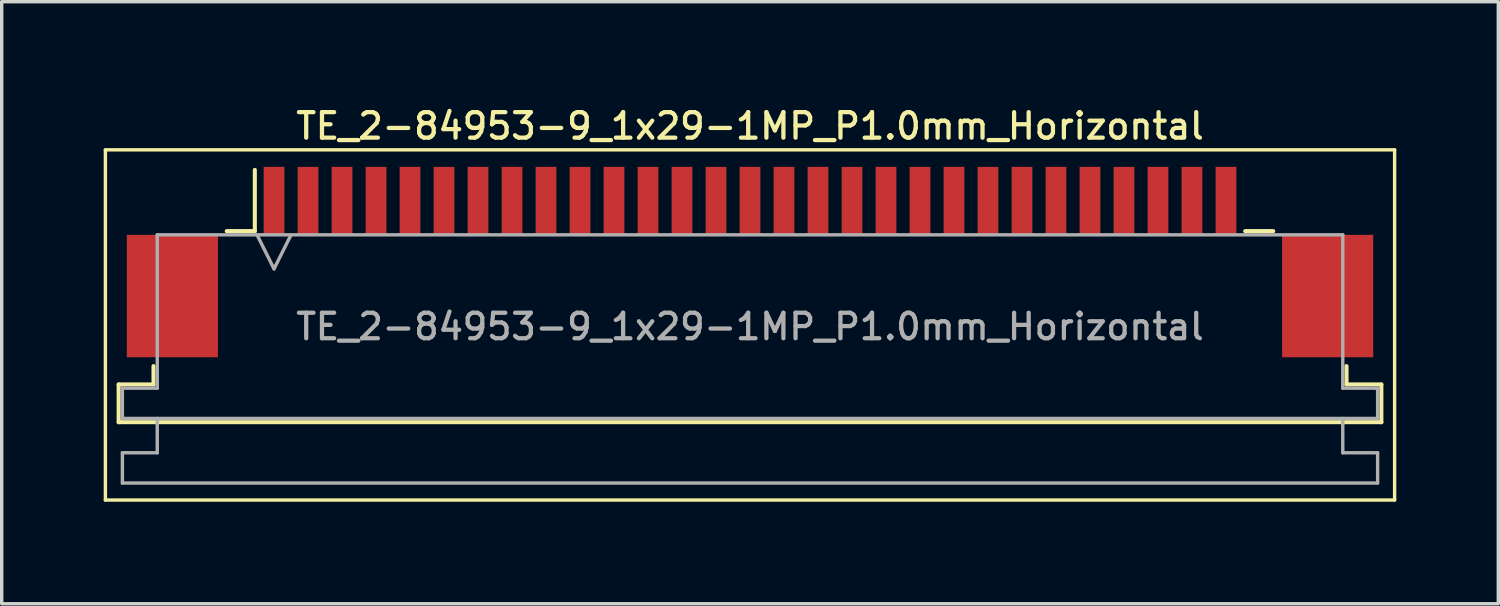
<source format=kicad_pcb>
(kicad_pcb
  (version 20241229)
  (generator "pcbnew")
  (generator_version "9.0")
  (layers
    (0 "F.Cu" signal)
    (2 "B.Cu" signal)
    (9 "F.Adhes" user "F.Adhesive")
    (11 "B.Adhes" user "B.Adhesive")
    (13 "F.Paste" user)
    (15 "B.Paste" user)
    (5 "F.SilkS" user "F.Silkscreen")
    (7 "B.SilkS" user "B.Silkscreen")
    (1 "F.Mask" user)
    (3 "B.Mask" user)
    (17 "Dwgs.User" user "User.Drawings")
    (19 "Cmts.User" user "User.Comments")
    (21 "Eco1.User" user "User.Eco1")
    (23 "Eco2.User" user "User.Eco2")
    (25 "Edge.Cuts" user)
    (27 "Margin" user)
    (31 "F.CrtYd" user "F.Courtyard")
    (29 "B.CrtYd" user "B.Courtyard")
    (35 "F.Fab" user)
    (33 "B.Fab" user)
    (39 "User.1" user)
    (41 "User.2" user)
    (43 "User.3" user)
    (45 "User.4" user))
  (footprint "TE_2-84953-9_1x29-1MP_P1.0mm_Horizontal"
    (layer "F.Cu")
    (at 19.01 4.658)
    (property "Reference" "TE_2-84953-9_1x29-1MP_P1.0mm_Horizontal" (at 0 -4 0) (layer "F.SilkS") (effects (font (size 0.75 0.75) (thickness 0.125))))
    (attr smd)
    (fp_line (start -18.96 -3.3) (end -18.96 7) (stroke (width 0.1) (type solid)) (layer "F.SilkS"))
    (fp_line (start -18.96 7) (end 18.96 7) (stroke (width 0.1) (type solid)) (layer "F.SilkS"))
    (fp_line (start -18.57 3.6) (end -17.545 3.6) (stroke (width 0.12) (type solid)) (layer "F.SilkS"))
    (fp_line (start -18.57 4.71) (end -18.57 3.6) (stroke (width 0.12) (type solid)) (layer "F.SilkS"))
    (fp_line (start -17.545 3.6) (end -17.545 3.06) (stroke (width 0.12) (type solid)) (layer "F.SilkS"))
    (fp_line (start -15.39 -0.91) (end -14.565 -0.91) (stroke (width 0.12) (type solid)) (layer "F.SilkS"))
    (fp_line (start -14.565 -0.91) (end -14.565 -2.71) (stroke (width 0.12) (type solid)) (layer "F.SilkS"))
    (fp_line (start 14.565 -0.91) (end 15.39 -0.91) (stroke (width 0.12) (type solid)) (layer "F.SilkS"))
    (fp_line (start 17.545 3.06) (end 17.545 3.6) (stroke (width 0.12) (type solid)) (layer "F.SilkS"))
    (fp_line (start 17.545 3.6) (end 18.57 3.6) (stroke (width 0.12) (type solid)) (layer "F.SilkS"))
    (fp_line (start 18.57 3.6) (end 18.57 4.71) (stroke (width 0.12) (type solid)) (layer "F.SilkS"))
    (fp_line (start 18.57 4.71) (end -18.57 4.71) (stroke (width 0.12) (type solid)) (layer "F.SilkS"))
    (fp_line (start 18.96 -3.3) (end -18.96 -3.3) (stroke (width 0.1) (type solid)) (layer "F.SilkS"))
    (fp_line (start 18.96 7) (end 18.96 -3.3) (stroke (width 0.1) (type solid)) (layer "F.SilkS"))
    (fp_line (start -18.46 3.71) (end -17.435 3.71) (stroke (width 0.1) (type solid)) (layer "F.Fab"))
    (fp_line (start -18.46 4.6) (end -18.46 3.71) (stroke (width 0.1) (type solid)) (layer "F.Fab"))
    (fp_line (start -18.46 5.61) (end -17.435 5.61) (stroke (width 0.1) (type solid)) (layer "F.Fab"))
    (fp_line (start -18.46 6.5) (end -18.46 5.61) (stroke (width 0.1) (type solid)) (layer "F.Fab"))
    (fp_line (start -17.435 -0.8) (end 17.435 -0.8) (stroke (width 0.1) (type solid)) (layer "F.Fab"))
    (fp_line (start -17.435 3.71) (end -17.435 -0.8) (stroke (width 0.1) (type solid)) (layer "F.Fab"))
    (fp_line (start -17.435 5.61) (end -17.435 4.6) (stroke (width 0.1) (type solid)) (layer "F.Fab"))
    (fp_line (start -14.5 -0.8) (end -14 0.2) (stroke (width 0.1) (type solid)) (layer "F.Fab"))
    (fp_line (start -14 0.2) (end -13.5 -0.8) (stroke (width 0.1) (type solid)) (layer "F.Fab"))
    (fp_line (start 17.435 -0.8) (end 17.435 3.71) (stroke (width 0.1) (type solid)) (layer "F.Fab"))
    (fp_line (start 17.435 3.71) (end 18.46 3.71) (stroke (width 0.1) (type solid)) (layer "F.Fab"))
    (fp_line (start 17.435 4.6) (end 17.435 5.61) (stroke (width 0.1) (type solid)) (layer "F.Fab"))
    (fp_line (start 17.435 5.61) (end 18.46 5.61) (stroke (width 0.1) (type solid)) (layer "F.Fab"))
    (fp_line (start 18.46 3.71) (end 18.46 4.6) (stroke (width 0.1) (type solid)) (layer "F.Fab"))
    (fp_line (start 18.46 4.6) (end -18.46 4.6) (stroke (width 0.1) (type solid)) (layer "F.Fab"))
    (fp_line (start 18.46 5.61) (end 18.46 6.5) (stroke (width 0.1) (type solid)) (layer "F.Fab"))
    (fp_line (start 18.46 6.5) (end -18.46 6.5) (stroke (width 0.1) (type solid)) (layer "F.Fab"))
    (fp_text user "${REFERENCE}" (at 0 1.9 0) (layer "F.Fab") (effects (font (size 0.75 0.75) (thickness 0.125))))
    (pad "1" smd rect (at -14 -1.8) (size 0.61 2) (layers "F.Cu" "F.Mask" "F.Paste"))
    (pad "2" smd rect (at -13 -1.8) (size 0.61 2) (layers "F.Cu" "F.Mask" "F.Paste"))
    (pad "3" smd rect (at -12 -1.8) (size 0.61 2) (layers "F.Cu" "F.Mask" "F.Paste"))
    (pad "4" smd rect (at -11 -1.8) (size 0.61 2) (layers "F.Cu" "F.Mask" "F.Paste"))
    (pad "5" smd rect (at -10 -1.8) (size 0.61 2) (layers "F.Cu" "F.Mask" "F.Paste"))
    (pad "6" smd rect (at -9 -1.8) (size 0.61 2) (layers "F.Cu" "F.Mask" "F.Paste"))
    (pad "7" smd rect (at -8 -1.8) (size 0.61 2) (layers "F.Cu" "F.Mask" "F.Paste"))
    (pad "8" smd rect (at -7 -1.8) (size 0.61 2) (layers "F.Cu" "F.Mask" "F.Paste"))
    (pad "9" smd rect (at -6 -1.8) (size 0.61 2) (layers "F.Cu" "F.Mask" "F.Paste"))
    (pad "10" smd rect (at -5 -1.8) (size 0.61 2) (layers "F.Cu" "F.Mask" "F.Paste"))
    (pad "11" smd rect (at -4 -1.8) (size 0.61 2) (layers "F.Cu" "F.Mask" "F.Paste"))
    (pad "12" smd rect (at -3 -1.8) (size 0.61 2) (layers "F.Cu" "F.Mask" "F.Paste"))
    (pad "13" smd rect (at -2 -1.8) (size 0.61 2) (layers "F.Cu" "F.Mask" "F.Paste"))
    (pad "14" smd rect (at -1 -1.8) (size 0.61 2) (layers "F.Cu" "F.Mask" "F.Paste"))
    (pad "15" smd rect (at 0 -1.8) (size 0.61 2) (layers "F.Cu" "F.Mask" "F.Paste"))
    (pad "16" smd rect (at 1 -1.8) (size 0.61 2) (layers "F.Cu" "F.Mask" "F.Paste"))
    (pad "17" smd rect (at 2 -1.8) (size 0.61 2) (layers "F.Cu" "F.Mask" "F.Paste"))
    (pad "18" smd rect (at 3 -1.8) (size 0.61 2) (layers "F.Cu" "F.Mask" "F.Paste"))
    (pad "19" smd rect (at 4 -1.8) (size 0.61 2) (layers "F.Cu" "F.Mask" "F.Paste"))
    (pad "20" smd rect (at 5 -1.8) (size 0.61 2) (layers "F.Cu" "F.Mask" "F.Paste"))
    (pad "21" smd rect (at 6 -1.8) (size 0.61 2) (layers "F.Cu" "F.Mask" "F.Paste"))
    (pad "22" smd rect (at 7 -1.8) (size 0.61 2) (layers "F.Cu" "F.Mask" "F.Paste"))
    (pad "23" smd rect (at 8 -1.8) (size 0.61 2) (layers "F.Cu" "F.Mask" "F.Paste"))
    (pad "24" smd rect (at 9 -1.8) (size 0.61 2) (layers "F.Cu" "F.Mask" "F.Paste"))
    (pad "25" smd rect (at 10 -1.8) (size 0.61 2) (layers "F.Cu" "F.Mask" "F.Paste"))
    (pad "26" smd rect (at 11 -1.8) (size 0.61 2) (layers "F.Cu" "F.Mask" "F.Paste"))
    (pad "27" smd rect (at 12 -1.8) (size 0.61 2) (layers "F.Cu" "F.Mask" "F.Paste"))
    (pad "28" smd rect (at 13 -1.8) (size 0.61 2) (layers "F.Cu" "F.Mask" "F.Paste"))
    (pad "29" smd rect (at 14 -1.8) (size 0.61 2) (layers "F.Cu" "F.Mask" "F.Paste"))
    (pad "MP" smd rect (at -16.99 1) (size 2.68 3.6) (layers "F.Cu" "F.Mask" "F.Paste"))
    (pad "MP" smd rect (at 16.99 1) (size 2.68 3.6) (layers "F.Cu" "F.Mask" "F.Paste")))
  (gr_rect
    (start -3 -3)
    (end 41.02 14.708)
    (stroke (width 0.1) (type default))
    (fill no)
    (layer "Edge.Cuts")))
</source>
